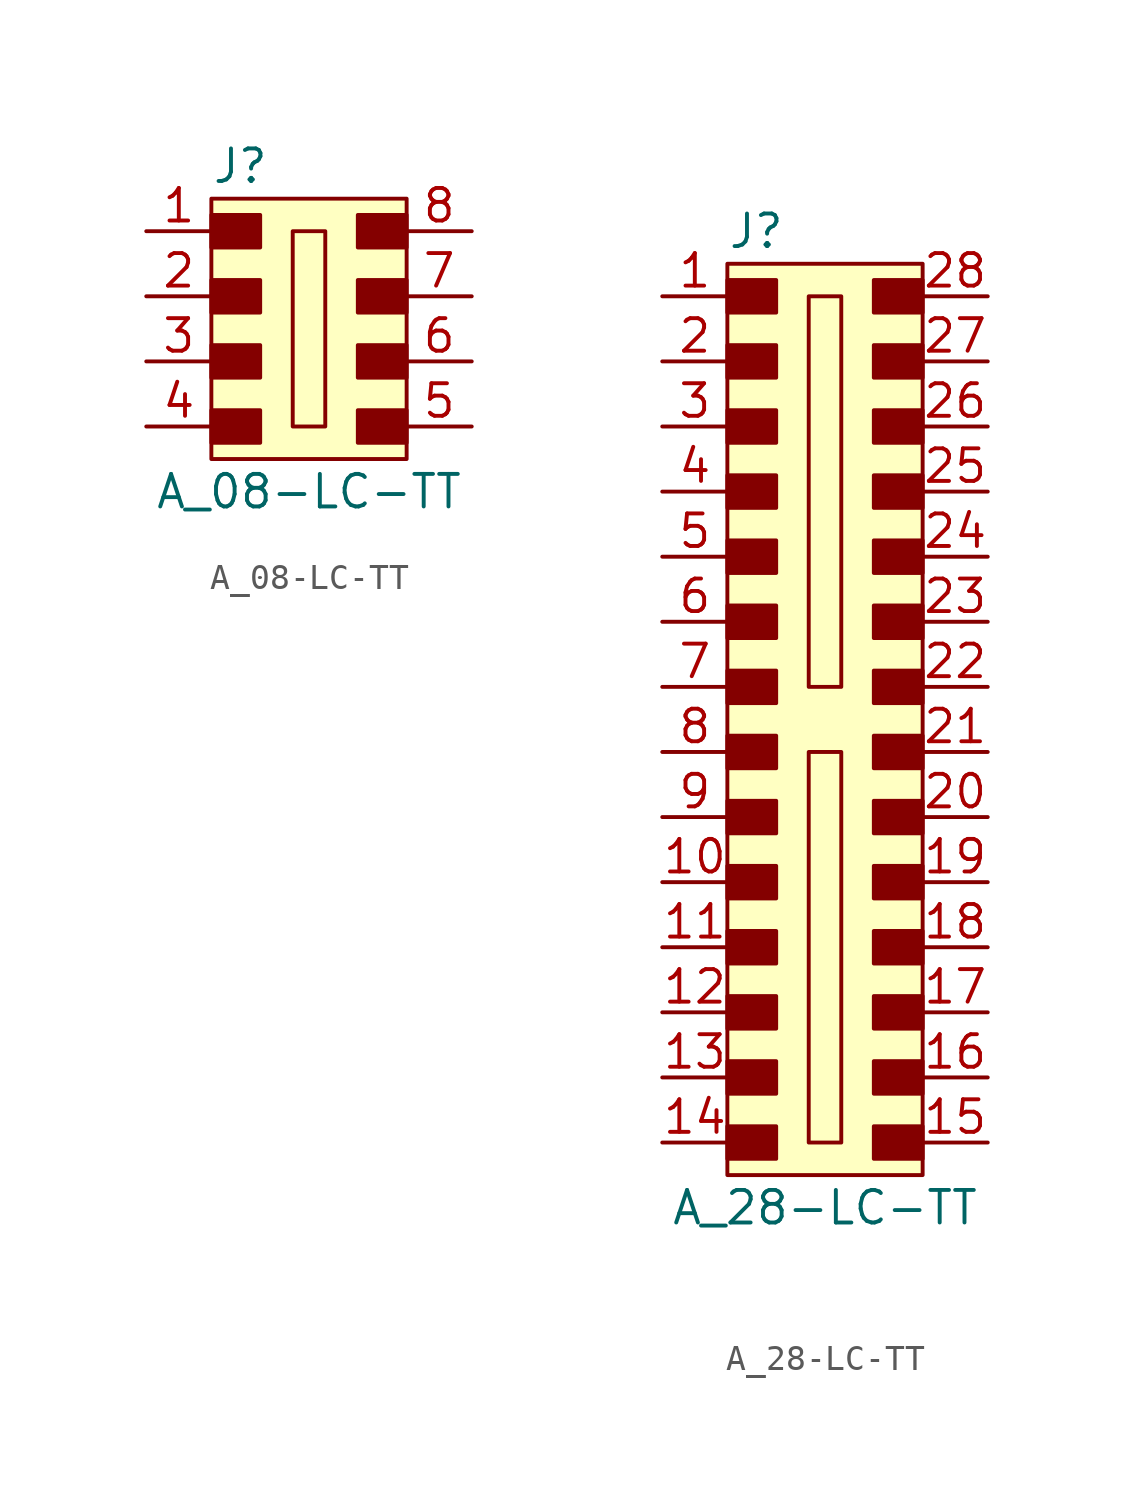
<source format=kicad_sym>
(kicad_symbol_lib
  (version 20220914)
  (generator kicad_symbol_editor)
  (symbol "A_08-LC-TT"
    (pin_names
      (offset 1.016))
    (property "Reference" "J"
      (at -3.81 6.35 0)
      (effects (font (size 1.27 1.27)) (justify left)))
    (property "Value" "A_08-LC-TT"
      (at 0 -6.35 0)
      (effects (font (size 1.27 1.27))))
    (symbol "A_08-LC-TT_1_1"
      (rectangle (start -3.81 -3.175) (end -1.905 -4.445) (stroke (width 0) (type default)) (fill (type outline)))
      (rectangle (start -3.81 -0.635) (end -1.905 -1.905) (stroke (width 0) (type default)) (fill (type outline)))
      (rectangle (start -3.81 1.905) (end -1.905 0.635) (stroke (width 0) (type default)) (fill (type outline)))
      (rectangle (start -3.81 4.445) (end -1.905 3.175) (stroke (width 0) (type default)) (fill (type outline)))
      (rectangle (start -3.81 5.08) (end 3.81 -5.08) (stroke (width 0) (type default)) (fill (type background)))
      (rectangle (start -0.635 3.81) (end 0.635 -3.81) (stroke (width 0) (type default)) (fill (type none)))
      (rectangle (start 1.905 -3.175) (end 3.81 -4.445) (stroke (width 0) (type default)) (fill (type outline)))
      (rectangle (start 1.905 -0.635) (end 3.81 -1.905) (stroke (width 0) (type default)) (fill (type outline)))
      (rectangle (start 1.905 1.905) (end 3.81 0.635) (stroke (width 0) (type default)) (fill (type outline)))
      (rectangle (start 1.905 4.445) (end 3.81 3.175) (stroke (width 0) (type default)) (fill (type outline)))
      (pin passive line (at -6.35 3.81 0) (length 2.54) (name "~" (effects (font (size 1.27 1.27)))) (number "1" (effects (font (size 1.27 1.27)))))
      (pin passive line (at -6.35 1.27 0) (length 2.54) (name "~" (effects (font (size 1.27 1.27)))) (number "2" (effects (font (size 1.27 1.27)))))
      (pin passive line (at -6.35 -1.27 0) (length 2.54) (name "~" (effects (font (size 1.27 1.27)))) (number "3" (effects (font (size 1.27 1.27)))))
      (pin passive line (at -6.35 -3.81 0) (length 2.54) (name "~" (effects (font (size 1.27 1.27)))) (number "4" (effects (font (size 1.27 1.27)))))
      (pin passive line (at 6.35 -3.81 180) (length 2.54) (name "~" (effects (font (size 1.27 1.27)))) (number "5" (effects (font (size 1.27 1.27)))))
      (pin passive line (at 6.35 -1.27 180) (length 2.54) (name "~" (effects (font (size 1.27 1.27)))) (number "6" (effects (font (size 1.27 1.27)))))
      (pin passive line (at 6.35 1.27 180) (length 2.54) (name "~" (effects (font (size 1.27 1.27)))) (number "7" (effects (font (size 1.27 1.27)))))
      (pin passive line (at 6.35 3.81 180) (length 2.54) (name "~" (effects (font (size 1.27 1.27)))) (number "8" (effects (font (size 1.27 1.27)))))))
  (symbol "A_28-LC-TT"
    (pin_names
      (offset 1.016))
    (property "Reference" "J"
      (at -3.81 19.05 0)
      (effects (font (size 1.27 1.27)) (justify left)))
    (property "Value" "A_28-LC-TT"
      (at 0 -19.05 0)
      (effects (font (size 1.27 1.27))))
    (symbol "A_28-LC-TT_1_1"
      (rectangle (start -3.81 -15.875) (end -1.905 -17.145) (stroke (width 0) (type default)) (fill (type outline)))
      (rectangle (start -3.81 -13.335) (end -1.905 -14.605) (stroke (width 0) (type default)) (fill (type outline)))
      (rectangle (start -3.81 -10.795) (end -1.905 -12.065) (stroke (width 0) (type default)) (fill (type outline)))
      (rectangle (start -3.81 -8.255) (end -1.905 -9.525) (stroke (width 0) (type default)) (fill (type outline)))
      (rectangle (start -3.81 -5.715) (end -1.905 -6.985) (stroke (width 0) (type default)) (fill (type outline)))
      (rectangle (start -3.81 -3.175) (end -1.905 -4.445) (stroke (width 0) (type default)) (fill (type outline)))
      (rectangle (start -3.81 -0.635) (end -1.905 -1.905) (stroke (width 0) (type default)) (fill (type outline)))
      (rectangle (start -3.81 1.905) (end -1.905 0.635) (stroke (width 0) (type default)) (fill (type outline)))
      (rectangle (start -3.81 4.445) (end -1.905 3.175) (stroke (width 0) (type default)) (fill (type outline)))
      (rectangle (start -3.81 6.985) (end -1.905 5.715) (stroke (width 0) (type default)) (fill (type outline)))
      (rectangle (start -3.81 9.525) (end -1.905 8.255) (stroke (width 0) (type default)) (fill (type outline)))
      (rectangle (start -3.81 12.065) (end -1.905 10.795) (stroke (width 0) (type default)) (fill (type outline)))
      (rectangle (start -3.81 14.605) (end -1.905 13.335) (stroke (width 0) (type default)) (fill (type outline)))
      (rectangle (start -3.81 17.145) (end -1.905 15.875) (stroke (width 0) (type default)) (fill (type outline)))
      (rectangle (start -3.81 17.78) (end 3.81 -17.78) (stroke (width 0) (type default)) (fill (type background)))
      (rectangle (start -0.635 -1.27) (end 0.635 -16.51) (stroke (width 0) (type default)) (fill (type none)))
      (rectangle (start -0.635 16.51) (end 0.635 1.27) (stroke (width 0) (type default)) (fill (type none)))
      (rectangle (start 1.905 -15.875) (end 3.81 -17.145) (stroke (width 0) (type default)) (fill (type outline)))
      (rectangle (start 1.905 -13.335) (end 3.81 -14.605) (stroke (width 0) (type default)) (fill (type outline)))
      (rectangle (start 1.905 -10.795) (end 3.81 -12.065) (stroke (width 0) (type default)) (fill (type outline)))
      (rectangle (start 1.905 -8.255) (end 3.81 -9.525) (stroke (width 0) (type default)) (fill (type outline)))
      (rectangle (start 1.905 -5.715) (end 3.81 -6.985) (stroke (width 0) (type default)) (fill (type outline)))
      (rectangle (start 1.905 -3.175) (end 3.81 -4.445) (stroke (width 0) (type default)) (fill (type outline)))
      (rectangle (start 1.905 -0.635) (end 3.81 -1.905) (stroke (width 0) (type default)) (fill (type outline)))
      (rectangle (start 1.905 1.905) (end 3.81 0.635) (stroke (width 0) (type default)) (fill (type outline)))
      (rectangle (start 1.905 4.445) (end 3.81 3.175) (stroke (width 0) (type default)) (fill (type outline)))
      (rectangle (start 1.905 6.985) (end 3.81 5.715) (stroke (width 0) (type default)) (fill (type outline)))
      (rectangle (start 1.905 9.525) (end 3.81 8.255) (stroke (width 0) (type default)) (fill (type outline)))
      (rectangle (start 1.905 12.065) (end 3.81 10.795) (stroke (width 0) (type default)) (fill (type outline)))
      (rectangle (start 1.905 14.605) (end 3.81 13.335) (stroke (width 0) (type default)) (fill (type outline)))
      (rectangle (start 1.905 17.145) (end 3.81 15.875) (stroke (width 0) (type default)) (fill (type outline)))
      (pin passive line (at -6.35 16.51 0) (length 2.54) (name "~" (effects (font (size 1.27 1.27)))) (number "1" (effects (font (size 1.27 1.27)))))
      (pin passive line (at -6.35 -6.35 0) (length 2.54) (name "~" (effects (font (size 1.27 1.27)))) (number "10" (effects (font (size 1.27 1.27)))))
      (pin passive line (at -6.35 -8.89 0) (length 2.54) (name "~" (effects (font (size 1.27 1.27)))) (number "11" (effects (font (size 1.27 1.27)))))
      (pin passive line (at -6.35 -11.43 0) (length 2.54) (name "~" (effects (font (size 1.27 1.27)))) (number "12" (effects (font (size 1.27 1.27)))))
      (pin passive line (at -6.35 -13.97 0) (length 2.54) (name "~" (effects (font (size 1.27 1.27)))) (number "13" (effects (font (size 1.27 1.27)))))
      (pin passive line (at -6.35 -16.51 0) (length 2.54) (name "~" (effects (font (size 1.27 1.27)))) (number "14" (effects (font (size 1.27 1.27)))))
      (pin passive line (at 6.35 -16.51 180) (length 2.54) (name "~" (effects (font (size 1.27 1.27)))) (number "15" (effects (font (size 1.27 1.27)))))
      (pin passive line (at 6.35 -13.97 180) (length 2.54) (name "~" (effects (font (size 1.27 1.27)))) (number "16" (effects (font (size 1.27 1.27)))))
      (pin passive line (at 6.35 -11.43 180) (length 2.54) (name "~" (effects (font (size 1.27 1.27)))) (number "17" (effects (font (size 1.27 1.27)))))
      (pin passive line (at 6.35 -8.89 180) (length 2.54) (name "~" (effects (font (size 1.27 1.27)))) (number "18" (effects (font (size 1.27 1.27)))))
      (pin passive line (at 6.35 -6.35 180) (length 2.54) (name "~" (effects (font (size 1.27 1.27)))) (number "19" (effects (font (size 1.27 1.27)))))
      (pin passive line (at -6.35 13.97 0) (length 2.54) (name "~" (effects (font (size 1.27 1.27)))) (number "2" (effects (font (size 1.27 1.27)))))
      (pin passive line (at 6.35 -3.81 180) (length 2.54) (name "~" (effects (font (size 1.27 1.27)))) (number "20" (effects (font (size 1.27 1.27)))))
      (pin passive line (at 6.35 -1.27 180) (length 2.54) (name "~" (effects (font (size 1.27 1.27)))) (number "21" (effects (font (size 1.27 1.27)))))
      (pin passive line (at 6.35 1.27 180) (length 2.54) (name "~" (effects (font (size 1.27 1.27)))) (number "22" (effects (font (size 1.27 1.27)))))
      (pin passive line (at 6.35 3.81 180) (length 2.54) (name "~" (effects (font (size 1.27 1.27)))) (number "23" (effects (font (size 1.27 1.27)))))
      (pin passive line (at 6.35 6.35 180) (length 2.54) (name "~" (effects (font (size 1.27 1.27)))) (number "24" (effects (font (size 1.27 1.27)))))
      (pin passive line (at 6.35 8.89 180) (length 2.54) (name "~" (effects (font (size 1.27 1.27)))) (number "25" (effects (font (size 1.27 1.27)))))
      (pin passive line (at 6.35 11.43 180) (length 2.54) (name "~" (effects (font (size 1.27 1.27)))) (number "26" (effects (font (size 1.27 1.27)))))
      (pin passive line (at 6.35 13.97 180) (length 2.54) (name "~" (effects (font (size 1.27 1.27)))) (number "27" (effects (font (size 1.27 1.27)))))
      (pin passive line (at 6.35 16.51 180) (length 2.54) (name "~" (effects (font (size 1.27 1.27)))) (number "28" (effects (font (size 1.27 1.27)))))
      (pin passive line (at -6.35 11.43 0) (length 2.54) (name "~" (effects (font (size 1.27 1.27)))) (number "3" (effects (font (size 1.27 1.27)))))
      (pin passive line (at -6.35 8.89 0) (length 2.54) (name "~" (effects (font (size 1.27 1.27)))) (number "4" (effects (font (size 1.27 1.27)))))
      (pin passive line (at -6.35 6.35 0) (length 2.54) (name "~" (effects (font (size 1.27 1.27)))) (number "5" (effects (font (size 1.27 1.27)))))
      (pin passive line (at -6.35 3.81 0) (length 2.54) (name "~" (effects (font (size 1.27 1.27)))) (number "6" (effects (font (size 1.27 1.27)))))
      (pin passive line (at -6.35 1.27 0) (length 2.54) (name "~" (effects (font (size 1.27 1.27)))) (number "7" (effects (font (size 1.27 1.27)))))
      (pin passive line (at -6.35 -1.27 0) (length 2.54) (name "~" (effects (font (size 1.27 1.27)))) (number "8" (effects (font (size 1.27 1.27)))))
      (pin passive line (at -6.35 -3.81 0) (length 2.54) (name "~" (effects (font (size 1.27 1.27)))) (number "9" (effects (font (size 1.27 1.27))))))))
</source>
